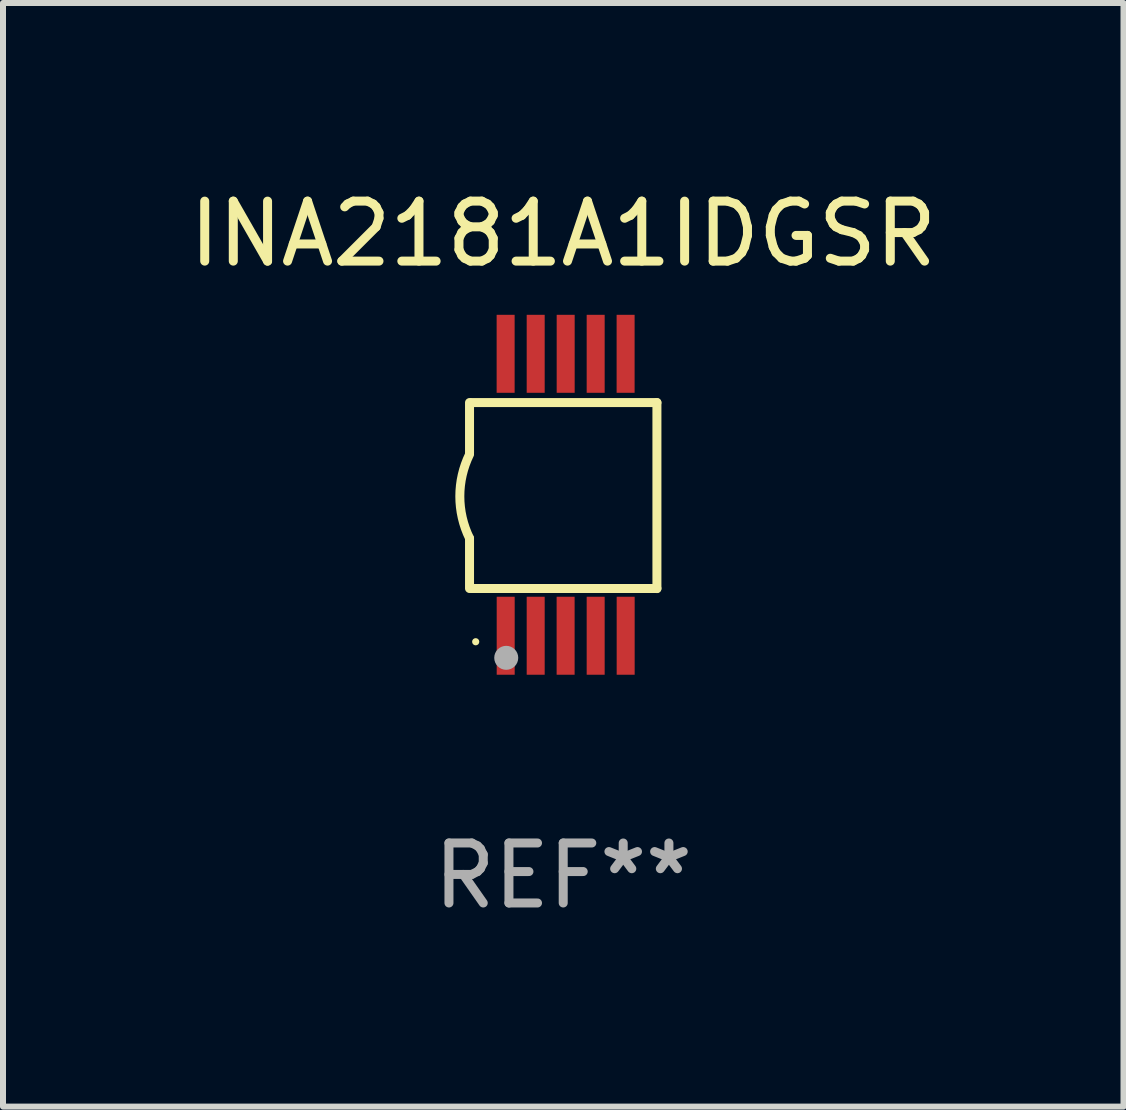
<source format=kicad_pcb>
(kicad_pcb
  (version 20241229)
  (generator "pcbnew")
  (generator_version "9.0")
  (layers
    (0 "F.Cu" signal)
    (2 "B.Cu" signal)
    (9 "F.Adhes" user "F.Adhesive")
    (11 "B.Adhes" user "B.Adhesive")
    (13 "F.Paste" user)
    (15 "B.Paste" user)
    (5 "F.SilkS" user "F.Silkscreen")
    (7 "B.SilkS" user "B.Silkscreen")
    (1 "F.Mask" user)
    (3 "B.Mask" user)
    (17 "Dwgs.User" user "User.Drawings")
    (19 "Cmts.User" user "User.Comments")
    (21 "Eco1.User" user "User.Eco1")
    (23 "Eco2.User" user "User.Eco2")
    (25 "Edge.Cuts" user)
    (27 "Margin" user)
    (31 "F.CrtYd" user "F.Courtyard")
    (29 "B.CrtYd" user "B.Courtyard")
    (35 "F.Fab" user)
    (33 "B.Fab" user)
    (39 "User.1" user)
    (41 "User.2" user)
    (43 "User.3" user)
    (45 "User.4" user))
  (footprint "INA2181A1IDGSR"
    (layer "F.Cu")
    (at 6.339 5.198)
    (property "Reference" "INA2181A1IDGSR" (at 0 -4.35 0) (layer "F.SilkS") (effects (font (size 1 1) (thickness 0.15))))
    (attr through_hole)
    (fp_line (start -1.562 -1.537) (end -1.562 -0.698) (stroke (width 0.15) (type solid)) (layer "F.SilkS"))
    (fp_line (start -1.562 0.724) (end -1.562 1.562) (stroke (width 0.15) (type solid)) (layer "F.SilkS"))
    (fp_line (start -1.538 -1.537) (end 1.562 -1.537) (stroke (width 0.15) (type solid)) (layer "F.SilkS"))
    (fp_line (start -1.538 1.562) (end 1.562 1.562) (stroke (width 0.15) (type solid)) (layer "F.SilkS"))
    (fp_line (start 1.562 1.564) (end 1.562 -1.537) (stroke (width 0.15) (type solid)) (layer "F.SilkS"))
    (fp_arc (start -1.562103 0.724079) (mid -1.723579 0.025578) (end -1.562103 -0.672924) (stroke (width 0.150013) (type solid)) (layer "F.SilkS"))
    (fp_circle (center -1.459 2.45) (end -1.429 2.45) (stroke (width 0.06) (type solid)) (fill no) (layer "F.SilkS"))
    (fp_circle (center -0.95 2.718) (end -0.85 2.718) (stroke (width 0.2) (type solid)) (fill no) (layer "F.Fab"))
    (fp_text user "REF**" (at 0 6.35 0) (layer "F.Fab") (effects (font (size 1 1) (thickness 0.15))))
    (pad "1" smd rect (at -0.959 2.35) (size 0.3 1.3) (layers "F.Cu" "F.Mask" "F.Paste"))
    (pad "2" smd rect (at -0.459 2.35) (size 0.3 1.3) (layers "F.Cu" "F.Mask" "F.Paste"))
    (pad "3" smd rect (at 0.04 2.35) (size 0.3 1.3) (layers "F.Cu" "F.Mask" "F.Paste"))
    (pad "4" smd rect (at 0.541 2.35) (size 0.3 1.3) (layers "F.Cu" "F.Mask" "F.Paste"))
    (pad "5" smd rect (at 1.041 2.35) (size 0.3 1.3) (layers "F.Cu" "F.Mask" "F.Paste"))
    (pad "6" smd rect (at 1.04 -2.35) (size 0.3 1.3) (layers "F.Cu" "F.Mask" "F.Paste"))
    (pad "7" smd rect (at 0.541 -2.35) (size 0.3 1.3) (layers "F.Cu" "F.Mask" "F.Paste"))
    (pad "8" smd rect (at 0.041 -2.35) (size 0.3 1.3) (layers "F.Cu" "F.Mask" "F.Paste"))
    (pad "9" smd rect (at -0.459 -2.35) (size 0.3 1.3) (layers "F.Cu" "F.Mask" "F.Paste"))
    (pad "10" smd rect (at -0.96 -2.35) (size 0.3 1.3) (layers "F.Cu" "F.Mask" "F.Paste")))
  (gr_rect
    (start -3 -3)
    (end 15.679 15.397)
    (stroke (width 0.1) (type default))
    (fill no)
    (layer "Edge.Cuts")))
</source>
